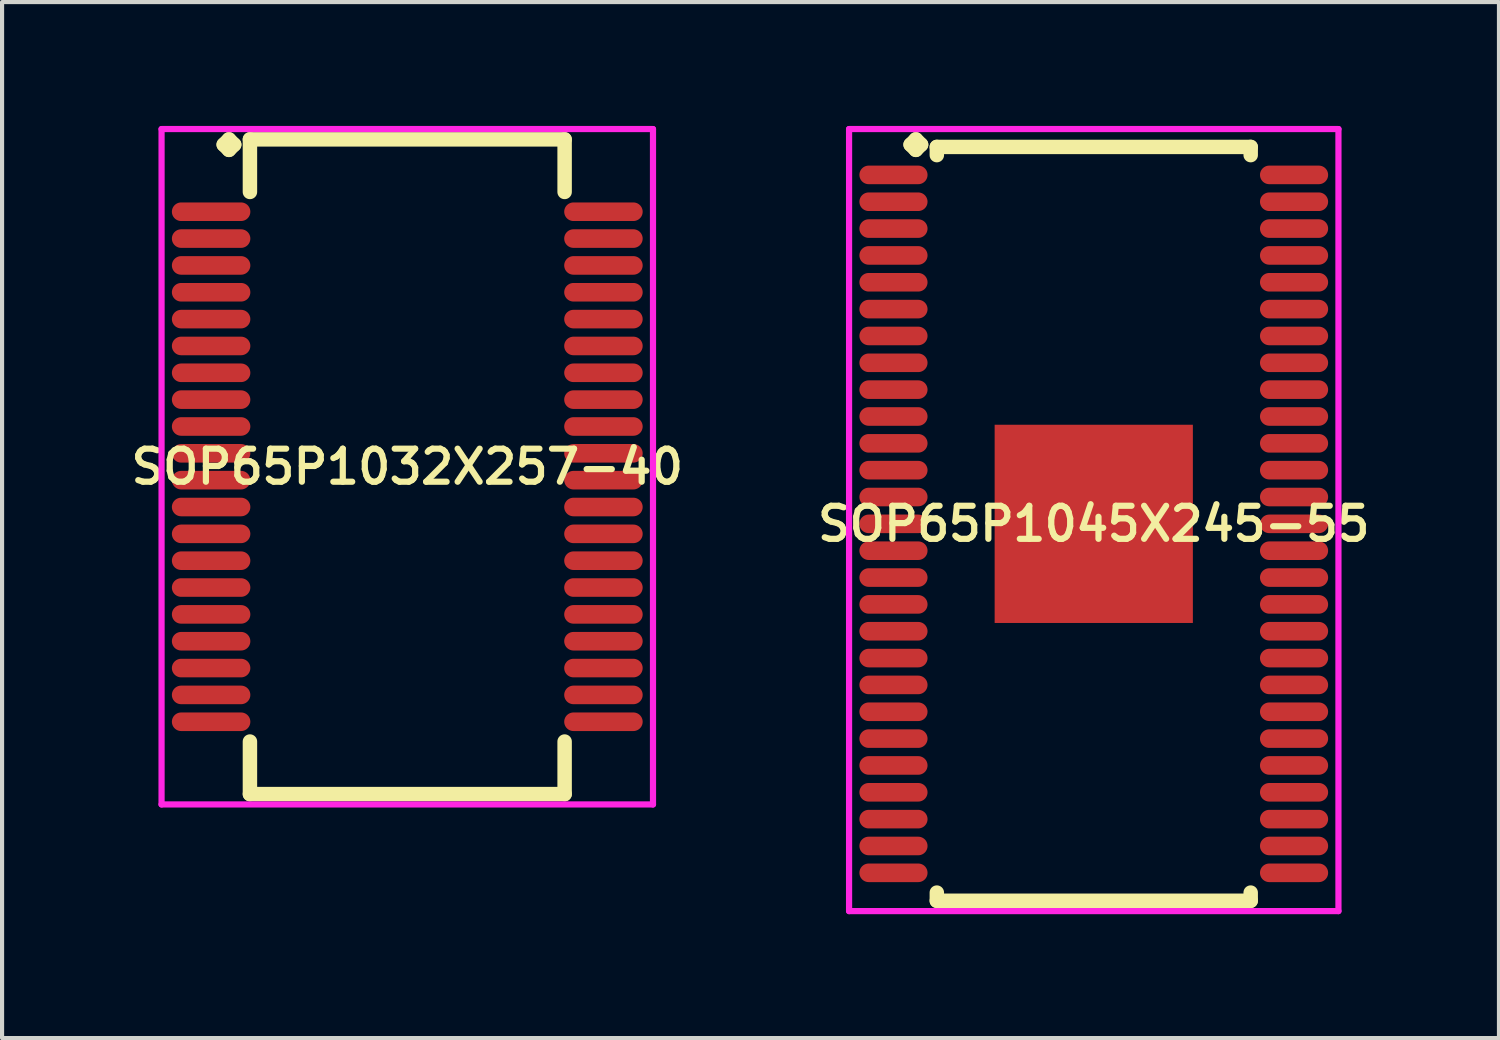
<source format=kicad_pcb>
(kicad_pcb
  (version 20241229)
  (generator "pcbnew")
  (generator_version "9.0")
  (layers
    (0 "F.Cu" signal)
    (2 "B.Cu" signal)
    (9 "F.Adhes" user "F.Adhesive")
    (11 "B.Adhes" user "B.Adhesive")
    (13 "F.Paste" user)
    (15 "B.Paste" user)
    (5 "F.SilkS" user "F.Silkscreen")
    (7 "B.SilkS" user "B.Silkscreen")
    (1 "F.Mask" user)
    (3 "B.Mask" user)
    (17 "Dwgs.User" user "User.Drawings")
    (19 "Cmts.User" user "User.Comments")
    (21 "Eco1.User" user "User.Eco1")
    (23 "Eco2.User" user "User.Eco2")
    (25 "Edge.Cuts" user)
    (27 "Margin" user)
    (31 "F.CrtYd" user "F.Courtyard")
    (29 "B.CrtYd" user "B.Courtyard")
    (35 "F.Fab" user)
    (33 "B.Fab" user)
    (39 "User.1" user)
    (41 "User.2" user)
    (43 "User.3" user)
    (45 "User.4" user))
  (footprint "SOP65P1032X257-40"
    (layer "F.Cu")
    (at 6.812 8.252)
    (property "Reference" "SOP65P1032X257-40" (at 0 0 0) (layer "F.SilkS") (effects (font (size 0.8 0.8) (thickness 0.15))))
    (attr smd)
    (fp_line (start -4.445 -7.8) (end -4.318 -7.927) (stroke (width 0.35) (type solid)) (layer "F.SilkS"))
    (fp_line (start -4.318 -7.927) (end -4.191 -7.8) (stroke (width 0.35) (type solid)) (layer "F.SilkS"))
    (fp_line (start -4.318 -7.673) (end -4.445 -7.8) (stroke (width 0.35) (type solid)) (layer "F.SilkS"))
    (fp_line (start -4.191 -7.8) (end -4.318 -7.673) (stroke (width 0.35) (type solid)) (layer "F.SilkS"))
    (fp_line (start -3.81 -7.927) (end 3.81 -7.927) (stroke (width 0.35) (type solid)) (layer "F.SilkS"))
    (fp_line (start -3.81 -6.654) (end -3.81 -7.927) (stroke (width 0.35) (type solid)) (layer "F.SilkS"))
    (fp_line (start -3.81 6.654) (end -3.81 7.927) (stroke (width 0.35) (type solid)) (layer "F.SilkS"))
    (fp_line (start -3.81 7.927) (end 3.81 7.927) (stroke (width 0.35) (type solid)) (layer "F.SilkS"))
    (fp_line (start 3.81 -7.927) (end 3.81 -6.654) (stroke (width 0.35) (type solid)) (layer "F.SilkS"))
    (fp_line (start 3.81 7.927) (end 3.81 6.654) (stroke (width 0.35) (type solid)) (layer "F.SilkS"))
    (fp_line (start -5.95 -8.177) (end 5.95 -8.177) (stroke (width 0.15) (type solid)) (layer "F.CrtYd"))
    (fp_line (start -5.95 8.177) (end -5.95 -8.177) (stroke (width 0.15) (type solid)) (layer "F.CrtYd"))
    (fp_line (start 5.95 -8.177) (end 5.95 8.177) (stroke (width 0.15) (type solid)) (layer "F.CrtYd"))
    (fp_line (start 5.95 8.177) (end -5.95 8.177) (stroke (width 0.15) (type solid)) (layer "F.CrtYd"))
    (pad "1" smd oval (at -4.75 -6.175) (size 1.9 0.45) (layers "F.Cu" "F.Mask" "F.Paste"))
    (pad "2" smd oval (at -4.75 -5.525) (size 1.9 0.45) (layers "F.Cu" "F.Mask" "F.Paste"))
    (pad "3" smd oval (at -4.75 -4.875) (size 1.9 0.45) (layers "F.Cu" "F.Mask" "F.Paste"))
    (pad "4" smd oval (at -4.75 -4.225) (size 1.9 0.45) (layers "F.Cu" "F.Mask" "F.Paste"))
    (pad "5" smd oval (at -4.75 -3.575) (size 1.9 0.45) (layers "F.Cu" "F.Mask" "F.Paste"))
    (pad "6" smd oval (at -4.75 -2.925) (size 1.9 0.45) (layers "F.Cu" "F.Mask" "F.Paste"))
    (pad "7" smd oval (at -4.75 -2.275) (size 1.9 0.45) (layers "F.Cu" "F.Mask" "F.Paste"))
    (pad "8" smd oval (at -4.75 -1.625) (size 1.9 0.45) (layers "F.Cu" "F.Mask" "F.Paste"))
    (pad "9" smd oval (at -4.75 -0.975) (size 1.9 0.45) (layers "F.Cu" "F.Mask" "F.Paste"))
    (pad "10" smd oval (at -4.75 -0.325) (size 1.9 0.45) (layers "F.Cu" "F.Mask" "F.Paste"))
    (pad "11" smd oval (at -4.75 0.325) (size 1.9 0.45) (layers "F.Cu" "F.Mask" "F.Paste"))
    (pad "12" smd oval (at -4.75 0.975) (size 1.9 0.45) (layers "F.Cu" "F.Mask" "F.Paste"))
    (pad "13" smd oval (at -4.75 1.625) (size 1.9 0.45) (layers "F.Cu" "F.Mask" "F.Paste"))
    (pad "14" smd oval (at -4.75 2.275) (size 1.9 0.45) (layers "F.Cu" "F.Mask" "F.Paste"))
    (pad "15" smd oval (at -4.75 2.925) (size 1.9 0.45) (layers "F.Cu" "F.Mask" "F.Paste"))
    (pad "16" smd oval (at -4.75 3.575) (size 1.9 0.45) (layers "F.Cu" "F.Mask" "F.Paste"))
    (pad "17" smd oval (at -4.75 4.225) (size 1.9 0.45) (layers "F.Cu" "F.Mask" "F.Paste"))
    (pad "18" smd oval (at -4.75 4.875) (size 1.9 0.45) (layers "F.Cu" "F.Mask" "F.Paste"))
    (pad "19" smd oval (at -4.75 5.525) (size 1.9 0.45) (layers "F.Cu" "F.Mask" "F.Paste"))
    (pad "20" smd oval (at -4.75 6.175) (size 1.9 0.45) (layers "F.Cu" "F.Mask" "F.Paste"))
    (pad "21" smd oval (at 4.75 6.175) (size 1.9 0.45) (layers "F.Cu" "F.Mask" "F.Paste"))
    (pad "22" smd oval (at 4.75 5.525) (size 1.9 0.45) (layers "F.Cu" "F.Mask" "F.Paste"))
    (pad "23" smd oval (at 4.75 4.875) (size 1.9 0.45) (layers "F.Cu" "F.Mask" "F.Paste"))
    (pad "24" smd oval (at 4.75 4.225) (size 1.9 0.45) (layers "F.Cu" "F.Mask" "F.Paste"))
    (pad "25" smd oval (at 4.75 3.575) (size 1.9 0.45) (layers "F.Cu" "F.Mask" "F.Paste"))
    (pad "26" smd oval (at 4.75 2.925) (size 1.9 0.45) (layers "F.Cu" "F.Mask" "F.Paste"))
    (pad "27" smd oval (at 4.75 2.275) (size 1.9 0.45) (layers "F.Cu" "F.Mask" "F.Paste"))
    (pad "28" smd oval (at 4.75 1.625) (size 1.9 0.45) (layers "F.Cu" "F.Mask" "F.Paste"))
    (pad "29" smd oval (at 4.75 0.975) (size 1.9 0.45) (layers "F.Cu" "F.Mask" "F.Paste"))
    (pad "30" smd oval (at 4.75 0.325) (size 1.9 0.45) (layers "F.Cu" "F.Mask" "F.Paste"))
    (pad "31" smd oval (at 4.75 -0.325) (size 1.9 0.45) (layers "F.Cu" "F.Mask" "F.Paste"))
    (pad "32" smd oval (at 4.75 -0.975) (size 1.9 0.45) (layers "F.Cu" "F.Mask" "F.Paste"))
    (pad "33" smd oval (at 4.75 -1.625) (size 1.9 0.45) (layers "F.Cu" "F.Mask" "F.Paste"))
    (pad "34" smd oval (at 4.75 -2.275) (size 1.9 0.45) (layers "F.Cu" "F.Mask" "F.Paste"))
    (pad "35" smd oval (at 4.75 -2.925) (size 1.9 0.45) (layers "F.Cu" "F.Mask" "F.Paste"))
    (pad "36" smd oval (at 4.75 -3.575) (size 1.9 0.45) (layers "F.Cu" "F.Mask" "F.Paste"))
    (pad "37" smd oval (at 4.75 -4.225) (size 1.9 0.45) (layers "F.Cu" "F.Mask" "F.Paste"))
    (pad "38" smd oval (at 4.75 -4.875) (size 1.9 0.45) (layers "F.Cu" "F.Mask" "F.Paste"))
    (pad "39" smd oval (at 4.75 -5.525) (size 1.9 0.45) (layers "F.Cu" "F.Mask" "F.Paste"))
    (pad "40" smd oval (at 4.75 -6.175) (size 1.9 0.45) (layers "F.Cu" "F.Mask" "F.Paste")))
  (footprint "SOP65P1045X245-55"
    (layer "F.Cu")
    (at 23.435 9.635)
    (property "Reference" "SOP65P1045X245-55" (at 0 0 0) (layer "F.SilkS") (effects (font (size 0.8 0.8) (thickness 0.15))))
    (attr smd)
    (fp_line (start -4.435 -9.183) (end -4.308 -9.31) (stroke (width 0.35) (type solid)) (layer "F.SilkS"))
    (fp_line (start -4.308 -9.31) (end -4.181 -9.183) (stroke (width 0.35) (type solid)) (layer "F.SilkS"))
    (fp_line (start -4.308 -9.056) (end -4.435 -9.183) (stroke (width 0.35) (type solid)) (layer "F.SilkS"))
    (fp_line (start -4.181 -9.183) (end -4.308 -9.056) (stroke (width 0.35) (type solid)) (layer "F.SilkS"))
    (fp_line (start -3.8 -9.127) (end 3.8 -9.127) (stroke (width 0.35) (type solid)) (layer "F.SilkS"))
    (fp_line (start -3.8 -8.929) (end -3.8 -9.127) (stroke (width 0.35) (type solid)) (layer "F.SilkS"))
    (fp_line (start -3.8 8.929) (end -3.8 9.127) (stroke (width 0.35) (type solid)) (layer "F.SilkS"))
    (fp_line (start -3.8 9.127) (end 3.8 9.127) (stroke (width 0.35) (type solid)) (layer "F.SilkS"))
    (fp_line (start 3.8 -9.127) (end 3.8 -8.929) (stroke (width 0.35) (type solid)) (layer "F.SilkS"))
    (fp_line (start 3.8 9.127) (end 3.8 8.929) (stroke (width 0.35) (type solid)) (layer "F.SilkS"))
    (fp_line (start -5.925 -9.56) (end 5.925 -9.56) (stroke (width 0.15) (type solid)) (layer "F.CrtYd"))
    (fp_line (start -5.925 9.377) (end -5.925 -9.56) (stroke (width 0.15) (type solid)) (layer "F.CrtYd"))
    (fp_line (start 5.925 -9.56) (end 5.925 9.377) (stroke (width 0.15) (type solid)) (layer "F.CrtYd"))
    (fp_line (start 5.925 9.377) (end -5.925 9.377) (stroke (width 0.15) (type solid)) (layer "F.CrtYd"))
    (pad "1" smd oval (at -4.85 -8.45) (size 1.65 0.45) (layers "F.Cu" "F.Mask" "F.Paste"))
    (pad "2" smd oval (at -4.85 -7.8) (size 1.65 0.45) (layers "F.Cu" "F.Mask" "F.Paste"))
    (pad "3" smd oval (at -4.85 -7.15) (size 1.65 0.45) (layers "F.Cu" "F.Mask" "F.Paste"))
    (pad "4" smd oval (at -4.85 -6.5) (size 1.65 0.45) (layers "F.Cu" "F.Mask" "F.Paste"))
    (pad "5" smd oval (at -4.85 -5.85) (size 1.65 0.45) (layers "F.Cu" "F.Mask" "F.Paste"))
    (pad "6" smd oval (at -4.85 -5.2) (size 1.65 0.45) (layers "F.Cu" "F.Mask" "F.Paste"))
    (pad "7" smd oval (at -4.85 -4.55) (size 1.65 0.45) (layers "F.Cu" "F.Mask" "F.Paste"))
    (pad "8" smd oval (at -4.85 -3.9) (size 1.65 0.45) (layers "F.Cu" "F.Mask" "F.Paste"))
    (pad "9" smd oval (at -4.85 -3.25) (size 1.65 0.45) (layers "F.Cu" "F.Mask" "F.Paste"))
    (pad "10" smd oval (at -4.85 -2.6) (size 1.65 0.45) (layers "F.Cu" "F.Mask" "F.Paste"))
    (pad "11" smd oval (at -4.85 -1.95) (size 1.65 0.45) (layers "F.Cu" "F.Mask" "F.Paste"))
    (pad "12" smd oval (at -4.85 -1.3) (size 1.65 0.45) (layers "F.Cu" "F.Mask" "F.Paste"))
    (pad "13" smd oval (at -4.85 -0.65) (size 1.65 0.45) (layers "F.Cu" "F.Mask" "F.Paste"))
    (pad "14" smd oval (at -4.85 0) (size 1.65 0.45) (layers "F.Cu" "F.Mask" "F.Paste"))
    (pad "15" smd oval (at -4.85 0.65) (size 1.65 0.45) (layers "F.Cu" "F.Mask" "F.Paste"))
    (pad "16" smd oval (at -4.85 1.3) (size 1.65 0.45) (layers "F.Cu" "F.Mask" "F.Paste"))
    (pad "17" smd oval (at -4.85 1.95) (size 1.65 0.45) (layers "F.Cu" "F.Mask" "F.Paste"))
    (pad "18" smd oval (at -4.85 2.6) (size 1.65 0.45) (layers "F.Cu" "F.Mask" "F.Paste"))
    (pad "19" smd oval (at -4.85 3.25) (size 1.65 0.45) (layers "F.Cu" "F.Mask" "F.Paste"))
    (pad "20" smd oval (at -4.85 3.9) (size 1.65 0.45) (layers "F.Cu" "F.Mask" "F.Paste"))
    (pad "21" smd oval (at -4.85 4.55) (size 1.65 0.45) (layers "F.Cu" "F.Mask" "F.Paste"))
    (pad "22" smd oval (at -4.85 5.2) (size 1.65 0.45) (layers "F.Cu" "F.Mask" "F.Paste"))
    (pad "23" smd oval (at -4.85 5.85) (size 1.65 0.45) (layers "F.Cu" "F.Mask" "F.Paste"))
    (pad "24" smd oval (at -4.85 6.5) (size 1.65 0.45) (layers "F.Cu" "F.Mask" "F.Paste"))
    (pad "25" smd oval (at -4.85 7.15) (size 1.65 0.45) (layers "F.Cu" "F.Mask" "F.Paste"))
    (pad "26" smd oval (at -4.85 7.8) (size 1.65 0.45) (layers "F.Cu" "F.Mask" "F.Paste"))
    (pad "27" smd oval (at -4.85 8.45) (size 1.65 0.45) (layers "F.Cu" "F.Mask" "F.Paste"))
    (pad "28" smd oval (at 4.85 8.45) (size 1.65 0.45) (layers "F.Cu" "F.Mask" "F.Paste"))
    (pad "29" smd oval (at 4.85 7.8) (size 1.65 0.45) (layers "F.Cu" "F.Mask" "F.Paste"))
    (pad "30" smd oval (at 4.85 7.15) (size 1.65 0.45) (layers "F.Cu" "F.Mask" "F.Paste"))
    (pad "31" smd oval (at 4.85 6.5) (size 1.65 0.45) (layers "F.Cu" "F.Mask" "F.Paste"))
    (pad "32" smd oval (at 4.85 5.85) (size 1.65 0.45) (layers "F.Cu" "F.Mask" "F.Paste"))
    (pad "33" smd oval (at 4.85 5.2) (size 1.65 0.45) (layers "F.Cu" "F.Mask" "F.Paste"))
    (pad "34" smd oval (at 4.85 4.55) (size 1.65 0.45) (layers "F.Cu" "F.Mask" "F.Paste"))
    (pad "35" smd oval (at 4.85 3.9) (size 1.65 0.45) (layers "F.Cu" "F.Mask" "F.Paste"))
    (pad "36" smd oval (at 4.85 3.25) (size 1.65 0.45) (layers "F.Cu" "F.Mask" "F.Paste"))
    (pad "37" smd oval (at 4.85 2.6) (size 1.65 0.45) (layers "F.Cu" "F.Mask" "F.Paste"))
    (pad "38" smd oval (at 4.85 1.95) (size 1.65 0.45) (layers "F.Cu" "F.Mask" "F.Paste"))
    (pad "39" smd oval (at 4.85 1.3) (size 1.65 0.45) (layers "F.Cu" "F.Mask" "F.Paste"))
    (pad "40" smd oval (at 4.85 0.65) (size 1.65 0.45) (layers "F.Cu" "F.Mask" "F.Paste"))
    (pad "41" smd oval (at 4.85 0) (size 1.65 0.45) (layers "F.Cu" "F.Mask" "F.Paste"))
    (pad "42" smd oval (at 4.85 -0.65) (size 1.65 0.45) (layers "F.Cu" "F.Mask" "F.Paste"))
    (pad "43" smd oval (at 4.85 -1.3) (size 1.65 0.45) (layers "F.Cu" "F.Mask" "F.Paste"))
    (pad "44" smd oval (at 4.85 -1.95) (size 1.65 0.45) (layers "F.Cu" "F.Mask" "F.Paste"))
    (pad "45" smd oval (at 4.85 -2.6) (size 1.65 0.45) (layers "F.Cu" "F.Mask" "F.Paste"))
    (pad "46" smd oval (at 4.85 -3.25) (size 1.65 0.45) (layers "F.Cu" "F.Mask" "F.Paste"))
    (pad "47" smd oval (at 4.85 -3.9) (size 1.65 0.45) (layers "F.Cu" "F.Mask" "F.Paste"))
    (pad "48" smd oval (at 4.85 -4.55) (size 1.65 0.45) (layers "F.Cu" "F.Mask" "F.Paste"))
    (pad "49" smd oval (at 4.85 -5.2) (size 1.65 0.45) (layers "F.Cu" "F.Mask" "F.Paste"))
    (pad "50" smd oval (at 4.85 -5.85) (size 1.65 0.45) (layers "F.Cu" "F.Mask" "F.Paste"))
    (pad "51" smd oval (at 4.85 -6.5) (size 1.65 0.45) (layers "F.Cu" "F.Mask" "F.Paste"))
    (pad "52" smd oval (at 4.85 -7.15) (size 1.65 0.45) (layers "F.Cu" "F.Mask" "F.Paste"))
    (pad "53" smd oval (at 4.85 -7.8) (size 1.65 0.45) (layers "F.Cu" "F.Mask" "F.Paste"))
    (pad "54" smd oval (at 4.85 -8.45) (size 1.65 0.45) (layers "F.Cu" "F.Mask" "F.Paste"))
    (pad "55" smd rect (at 0 0) (size 4.8 4.8) (layers "F.Cu" "F.Mask" "F.Paste")))
  (gr_rect
    (start -3 -3)
    (end 33.247 22.087)
    (stroke (width 0.1) (type default))
    (fill no)
    (layer "Edge.Cuts")))
</source>
